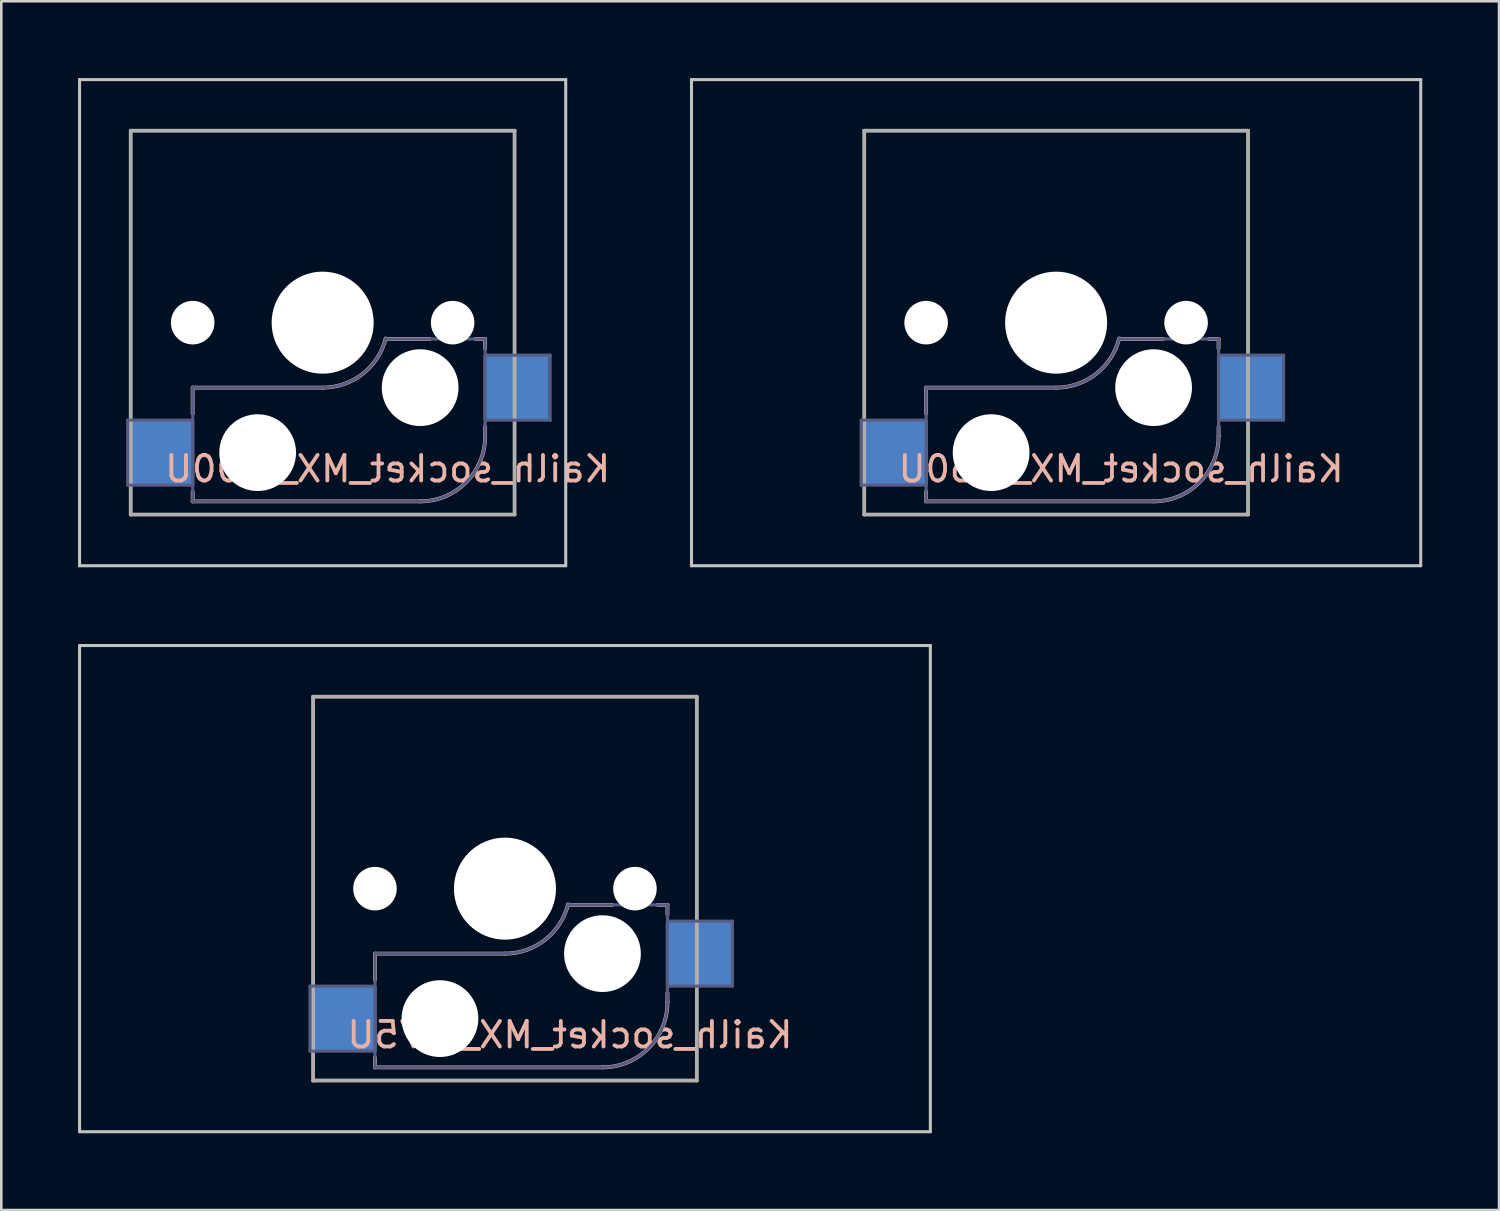
<source format=kicad_pcb>
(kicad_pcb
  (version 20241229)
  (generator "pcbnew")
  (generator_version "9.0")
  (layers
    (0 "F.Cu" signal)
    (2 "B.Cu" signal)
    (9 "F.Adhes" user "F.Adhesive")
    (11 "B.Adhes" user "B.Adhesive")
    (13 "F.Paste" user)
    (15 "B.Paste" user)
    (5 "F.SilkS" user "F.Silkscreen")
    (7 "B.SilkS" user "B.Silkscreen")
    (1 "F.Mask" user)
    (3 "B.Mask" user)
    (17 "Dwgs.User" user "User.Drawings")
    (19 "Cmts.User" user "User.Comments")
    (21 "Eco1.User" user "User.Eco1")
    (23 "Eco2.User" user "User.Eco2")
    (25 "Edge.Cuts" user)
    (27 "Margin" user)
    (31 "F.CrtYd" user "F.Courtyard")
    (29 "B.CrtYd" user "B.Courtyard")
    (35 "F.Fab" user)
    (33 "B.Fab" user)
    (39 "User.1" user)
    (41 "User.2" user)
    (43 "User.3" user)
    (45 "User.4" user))
  (footprint "Kailh_socket_MX_1.00U"
    (layer "F.Cu")
    (at 9.56 9.56)
    (property "Reference" "Kailh_socket_MX_1.00U" (at 2.54 5.715 180) (layer "B.SilkS") (effects (font (size 1 1) (thickness 0.15)) (justify mirror)))
    (attr smd)
    (fp_line (start -5.08 2.54) (end 0 2.54) (stroke (width 0.15) (type solid)) (layer "B.SilkS"))
    (fp_line (start -5.08 3.556) (end -5.08 2.54) (stroke (width 0.15) (type solid)) (layer "B.SilkS"))
    (fp_line (start -5.08 6.985) (end -5.08 6.604) (stroke (width 0.15) (type solid)) (layer "B.SilkS"))
    (fp_line (start 2.464 0.635) (end 4.191 0.635) (stroke (width 0.15) (type solid)) (layer "B.SilkS"))
    (fp_line (start 3.81 6.985) (end -5.08 6.985) (stroke (width 0.15) (type solid)) (layer "B.SilkS"))
    (fp_line (start 5.969 0.635) (end 6.35 0.635) (stroke (width 0.15) (type solid)) (layer "B.SilkS"))
    (fp_line (start 6.35 1.016) (end 6.35 0.635) (stroke (width 0.15) (type solid)) (layer "B.SilkS"))
    (fp_line (start 6.35 4.445) (end 6.35 4.064) (stroke (width 0.15) (type solid)) (layer "B.SilkS"))
    (fp_arc (start 2.464162 0.61604) (mid 1.563147 2.002042) (end 0 2.54) (stroke (width 0.15) (type solid)) (layer "B.SilkS"))
    (fp_arc (start 6.35 4.445) (mid 5.606051 6.241051) (end 3.81 6.985) (stroke (width 0.15) (type solid)) (layer "B.SilkS"))
    (fp_line (start -9.5 -9.5) (end -9.5 9.5) (stroke (width 0.12) (type solid)) (layer "Dwgs.User"))
    (fp_line (start -9.5 -9.5) (end 9.5 -9.5) (stroke (width 0.12) (type solid)) (layer "Dwgs.User"))
    (fp_line (start -9.5 9.5) (end 9.5 9.5) (stroke (width 0.12) (type solid)) (layer "Dwgs.User"))
    (fp_line (start 9.5 -9.5) (end 9.5 9.5) (stroke (width 0.12) (type solid)) (layer "Dwgs.User"))
    (fp_line (start -6.9 6.9) (end -6.9 -6.9) (stroke (width 0.15) (type solid)) (layer "Eco2.User"))
    (fp_line (start -6.9 6.9) (end 6.9 6.9) (stroke (width 0.15) (type solid)) (layer "Eco2.User"))
    (fp_line (start 6.9 -6.9) (end -6.9 -6.9) (stroke (width 0.15) (type solid)) (layer "Eco2.User"))
    (fp_line (start 6.9 -6.9) (end 6.9 6.9) (stroke (width 0.15) (type solid)) (layer "Eco2.User"))
    (fp_line (start -7.62 3.81) (end -5.08 3.81) (stroke (width 0.12) (type solid)) (layer "B.Fab"))
    (fp_line (start -7.62 6.35) (end -7.62 3.81) (stroke (width 0.12) (type solid)) (layer "B.Fab"))
    (fp_line (start -5.08 2.54) (end 0 2.54) (stroke (width 0.12) (type solid)) (layer "B.Fab"))
    (fp_line (start -5.08 6.35) (end -7.62 6.35) (stroke (width 0.12) (type solid)) (layer "B.Fab"))
    (fp_line (start -5.08 6.985) (end -5.08 2.54) (stroke (width 0.12) (type solid)) (layer "B.Fab"))
    (fp_line (start 3.81 6.985) (end -5.08 6.985) (stroke (width 0.12) (type solid)) (layer "B.Fab"))
    (fp_line (start 6.35 0.635) (end 2.54 0.635) (stroke (width 0.12) (type solid)) (layer "B.Fab"))
    (fp_line (start 6.35 0.635) (end 6.35 4.445) (stroke (width 0.12) (type solid)) (layer "B.Fab"))
    (fp_line (start 6.35 1.27) (end 8.89 1.27) (stroke (width 0.12) (type solid)) (layer "B.Fab"))
    (fp_line (start 8.89 1.27) (end 8.89 3.81) (stroke (width 0.12) (type solid)) (layer "B.Fab"))
    (fp_line (start 8.89 3.81) (end 6.35 3.81) (stroke (width 0.12) (type solid)) (layer "B.Fab"))
    (fp_arc (start 2.464162 0.61604) (mid 1.563147 2.002042) (end 0 2.54) (stroke (width 0.12) (type solid)) (layer "B.Fab"))
    (fp_arc (start 6.35 4.445) (mid 5.606051 6.241051) (end 3.81 6.985) (stroke (width 0.12) (type solid)) (layer "B.Fab"))
    (fp_line (start -7.5 -7.5) (end 7.5 -7.5) (stroke (width 0.15) (type solid)) (layer "F.Fab"))
    (fp_line (start -7.5 7.5) (end -7.5 -7.5) (stroke (width 0.15) (type solid)) (layer "F.Fab"))
    (fp_line (start 7.5 -7.5) (end 7.5 7.5) (stroke (width 0.15) (type solid)) (layer "F.Fab"))
    (fp_line (start 7.5 7.5) (end -7.5 7.5) (stroke (width 0.15) (type solid)) (layer "F.Fab"))
    (pad "" np_thru_hole circle (at -5.08 0 180) (size 1.702 1.702) (drill 1.702) (layers "*.Cu" "*.Mask"))
    (pad "" np_thru_hole circle (at -2.54 5.08 180) (size 3 3) (drill 3) (layers "*.Cu" "*.Mask"))
    (pad "" np_thru_hole circle (at 0 0 180) (size 3.988 3.988) (drill 3.988) (layers "*.Cu" "*.Mask"))
    (pad "" np_thru_hole circle (at 3.81 2.54 180) (size 3 3) (drill 3) (layers "*.Cu" "*.Mask"))
    (pad "" np_thru_hole circle (at 5.08 0 180) (size 1.702 1.702) (drill 1.702) (layers "*.Cu" "*.Mask"))
    (pad "1" smd rect (at -6.29 5.08 180) (size 2.55 2.5) (layers "B.Cu" "B.Mask" "B.Paste"))
    (pad "2" smd rect (at 7.56 2.54 180) (size 2.55 2.5) (layers "B.Cu" "B.Mask" "B.Paste")))
  (footprint "Kailh_socket_MX_1.75U"
    (layer "F.Cu")
    (at 16.685 31.68)
    (property "Reference" "Kailh_socket_MX_1.75U" (at 2.54 5.715 180) (layer "B.SilkS") (effects (font (size 1 1) (thickness 0.15)) (justify mirror)))
    (attr smd)
    (fp_line (start -5.08 2.54) (end 0 2.54) (stroke (width 0.15) (type solid)) (layer "B.SilkS"))
    (fp_line (start -5.08 3.556) (end -5.08 2.54) (stroke (width 0.15) (type solid)) (layer "B.SilkS"))
    (fp_line (start -5.08 6.985) (end -5.08 6.604) (stroke (width 0.15) (type solid)) (layer "B.SilkS"))
    (fp_line (start 2.464 0.635) (end 4.191 0.635) (stroke (width 0.15) (type solid)) (layer "B.SilkS"))
    (fp_line (start 3.81 6.985) (end -5.08 6.985) (stroke (width 0.15) (type solid)) (layer "B.SilkS"))
    (fp_line (start 5.969 0.635) (end 6.35 0.635) (stroke (width 0.15) (type solid)) (layer "B.SilkS"))
    (fp_line (start 6.35 1.016) (end 6.35 0.635) (stroke (width 0.15) (type solid)) (layer "B.SilkS"))
    (fp_line (start 6.35 4.445) (end 6.35 4.064) (stroke (width 0.15) (type solid)) (layer "B.SilkS"))
    (fp_arc (start 2.464162 0.61604) (mid 1.563147 2.002042) (end 0 2.54) (stroke (width 0.15) (type solid)) (layer "B.SilkS"))
    (fp_arc (start 6.35 4.445) (mid 5.606051 6.241051) (end 3.81 6.985) (stroke (width 0.15) (type solid)) (layer "B.SilkS"))
    (fp_line (start -16.625 -9.5) (end -16.625 9.5) (stroke (width 0.12) (type solid)) (layer "Dwgs.User"))
    (fp_line (start -16.625 -9.5) (end 16.625 -9.5) (stroke (width 0.12) (type solid)) (layer "Dwgs.User"))
    (fp_line (start -16.625 9.5) (end 16.625 9.5) (stroke (width 0.12) (type solid)) (layer "Dwgs.User"))
    (fp_line (start 16.625 -9.5) (end 16.625 9.5) (stroke (width 0.12) (type solid)) (layer "Dwgs.User"))
    (fp_line (start -6.9 6.9) (end -6.9 -6.9) (stroke (width 0.15) (type solid)) (layer "Eco2.User"))
    (fp_line (start -6.9 6.9) (end 6.9 6.9) (stroke (width 0.15) (type solid)) (layer "Eco2.User"))
    (fp_line (start 6.9 -6.9) (end -6.9 -6.9) (stroke (width 0.15) (type solid)) (layer "Eco2.User"))
    (fp_line (start 6.9 -6.9) (end 6.9 6.9) (stroke (width 0.15) (type solid)) (layer "Eco2.User"))
    (fp_line (start -7.62 3.81) (end -5.08 3.81) (stroke (width 0.12) (type solid)) (layer "B.Fab"))
    (fp_line (start -7.62 6.35) (end -7.62 3.81) (stroke (width 0.12) (type solid)) (layer "B.Fab"))
    (fp_line (start -5.08 2.54) (end 0 2.54) (stroke (width 0.12) (type solid)) (layer "B.Fab"))
    (fp_line (start -5.08 6.35) (end -7.62 6.35) (stroke (width 0.12) (type solid)) (layer "B.Fab"))
    (fp_line (start -5.08 6.985) (end -5.08 2.54) (stroke (width 0.12) (type solid)) (layer "B.Fab"))
    (fp_line (start 3.81 6.985) (end -5.08 6.985) (stroke (width 0.12) (type solid)) (layer "B.Fab"))
    (fp_line (start 6.35 0.635) (end 2.54 0.635) (stroke (width 0.12) (type solid)) (layer "B.Fab"))
    (fp_line (start 6.35 0.635) (end 6.35 4.445) (stroke (width 0.12) (type solid)) (layer "B.Fab"))
    (fp_line (start 6.35 1.27) (end 8.89 1.27) (stroke (width 0.12) (type solid)) (layer "B.Fab"))
    (fp_line (start 8.89 1.27) (end 8.89 3.81) (stroke (width 0.12) (type solid)) (layer "B.Fab"))
    (fp_line (start 8.89 3.81) (end 6.35 3.81) (stroke (width 0.12) (type solid)) (layer "B.Fab"))
    (fp_arc (start 2.464162 0.61604) (mid 1.563147 2.002042) (end 0 2.54) (stroke (width 0.12) (type solid)) (layer "B.Fab"))
    (fp_arc (start 6.35 4.445) (mid 5.606051 6.241051) (end 3.81 6.985) (stroke (width 0.12) (type solid)) (layer "B.Fab"))
    (fp_line (start -7.5 -7.5) (end 7.5 -7.5) (stroke (width 0.15) (type solid)) (layer "F.Fab"))
    (fp_line (start -7.5 7.5) (end -7.5 -7.5) (stroke (width 0.15) (type solid)) (layer "F.Fab"))
    (fp_line (start 7.5 -7.5) (end 7.5 7.5) (stroke (width 0.15) (type solid)) (layer "F.Fab"))
    (fp_line (start 7.5 7.5) (end -7.5 7.5) (stroke (width 0.15) (type solid)) (layer "F.Fab"))
    (pad "" np_thru_hole circle (at -5.08 0 180) (size 1.702 1.702) (drill 1.702) (layers "*.Cu" "*.Mask"))
    (pad "" np_thru_hole circle (at -2.54 5.08 180) (size 3 3) (drill 3) (layers "*.Cu" "*.Mask"))
    (pad "" np_thru_hole circle (at 0 0 180) (size 3.988 3.988) (drill 3.988) (layers "*.Cu" "*.Mask"))
    (pad "" np_thru_hole circle (at 3.81 2.54 180) (size 3 3) (drill 3) (layers "*.Cu" "*.Mask"))
    (pad "" np_thru_hole circle (at 5.08 0 180) (size 1.702 1.702) (drill 1.702) (layers "*.Cu" "*.Mask"))
    (pad "1" smd rect (at -6.29 5.08 180) (size 2.55 2.5) (layers "B.Cu" "B.Mask" "B.Paste"))
    (pad "2" smd rect (at 7.56 2.54 180) (size 2.55 2.5) (layers "B.Cu" "B.Mask" "B.Paste")))
  (footprint "Kailh_socket_MX_1.50U"
    (layer "F.Cu")
    (at 38.225 9.56)
    (property "Reference" "Kailh_socket_MX_1.50U" (at 2.54 5.715 180) (layer "B.SilkS") (effects (font (size 1 1) (thickness 0.15)) (justify mirror)))
    (attr smd)
    (fp_line (start -5.08 2.54) (end 0 2.54) (stroke (width 0.15) (type solid)) (layer "B.SilkS"))
    (fp_line (start -5.08 3.556) (end -5.08 2.54) (stroke (width 0.15) (type solid)) (layer "B.SilkS"))
    (fp_line (start -5.08 6.985) (end -5.08 6.604) (stroke (width 0.15) (type solid)) (layer "B.SilkS"))
    (fp_line (start 2.464 0.635) (end 4.191 0.635) (stroke (width 0.15) (type solid)) (layer "B.SilkS"))
    (fp_line (start 3.81 6.985) (end -5.08 6.985) (stroke (width 0.15) (type solid)) (layer "B.SilkS"))
    (fp_line (start 5.969 0.635) (end 6.35 0.635) (stroke (width 0.15) (type solid)) (layer "B.SilkS"))
    (fp_line (start 6.35 1.016) (end 6.35 0.635) (stroke (width 0.15) (type solid)) (layer "B.SilkS"))
    (fp_line (start 6.35 4.445) (end 6.35 4.064) (stroke (width 0.15) (type solid)) (layer "B.SilkS"))
    (fp_arc (start 2.464162 0.61604) (mid 1.563147 2.002042) (end 0 2.54) (stroke (width 0.15) (type solid)) (layer "B.SilkS"))
    (fp_arc (start 6.35 4.445) (mid 5.606051 6.241051) (end 3.81 6.985) (stroke (width 0.15) (type solid)) (layer "B.SilkS"))
    (fp_line (start -14.25 -9.5) (end -14.25 9.5) (stroke (width 0.12) (type solid)) (layer "Dwgs.User"))
    (fp_line (start -14.25 -9.5) (end 14.25 -9.5) (stroke (width 0.12) (type solid)) (layer "Dwgs.User"))
    (fp_line (start -14.25 9.5) (end 14.25 9.5) (stroke (width 0.12) (type solid)) (layer "Dwgs.User"))
    (fp_line (start 14.25 -9.5) (end 14.25 9.5) (stroke (width 0.12) (type solid)) (layer "Dwgs.User"))
    (fp_line (start -6.9 6.9) (end -6.9 -6.9) (stroke (width 0.15) (type solid)) (layer "Eco2.User"))
    (fp_line (start -6.9 6.9) (end 6.9 6.9) (stroke (width 0.15) (type solid)) (layer "Eco2.User"))
    (fp_line (start 6.9 -6.9) (end -6.9 -6.9) (stroke (width 0.15) (type solid)) (layer "Eco2.User"))
    (fp_line (start 6.9 -6.9) (end 6.9 6.9) (stroke (width 0.15) (type solid)) (layer "Eco2.User"))
    (fp_line (start -7.62 3.81) (end -5.08 3.81) (stroke (width 0.12) (type solid)) (layer "B.Fab"))
    (fp_line (start -7.62 6.35) (end -7.62 3.81) (stroke (width 0.12) (type solid)) (layer "B.Fab"))
    (fp_line (start -5.08 2.54) (end 0 2.54) (stroke (width 0.12) (type solid)) (layer "B.Fab"))
    (fp_line (start -5.08 6.35) (end -7.62 6.35) (stroke (width 0.12) (type solid)) (layer "B.Fab"))
    (fp_line (start -5.08 6.985) (end -5.08 2.54) (stroke (width 0.12) (type solid)) (layer "B.Fab"))
    (fp_line (start 3.81 6.985) (end -5.08 6.985) (stroke (width 0.12) (type solid)) (layer "B.Fab"))
    (fp_line (start 6.35 0.635) (end 2.54 0.635) (stroke (width 0.12) (type solid)) (layer "B.Fab"))
    (fp_line (start 6.35 0.635) (end 6.35 4.445) (stroke (width 0.12) (type solid)) (layer "B.Fab"))
    (fp_line (start 6.35 1.27) (end 8.89 1.27) (stroke (width 0.12) (type solid)) (layer "B.Fab"))
    (fp_line (start 8.89 1.27) (end 8.89 3.81) (stroke (width 0.12) (type solid)) (layer "B.Fab"))
    (fp_line (start 8.89 3.81) (end 6.35 3.81) (stroke (width 0.12) (type solid)) (layer "B.Fab"))
    (fp_arc (start 2.464162 0.61604) (mid 1.563147 2.002042) (end 0 2.54) (stroke (width 0.12) (type solid)) (layer "B.Fab"))
    (fp_arc (start 6.35 4.445) (mid 5.606051 6.241051) (end 3.81 6.985) (stroke (width 0.12) (type solid)) (layer "B.Fab"))
    (fp_line (start -7.5 -7.5) (end 7.5 -7.5) (stroke (width 0.15) (type solid)) (layer "F.Fab"))
    (fp_line (start -7.5 7.5) (end -7.5 -7.5) (stroke (width 0.15) (type solid)) (layer "F.Fab"))
    (fp_line (start 7.5 -7.5) (end 7.5 7.5) (stroke (width 0.15) (type solid)) (layer "F.Fab"))
    (fp_line (start 7.5 7.5) (end -7.5 7.5) (stroke (width 0.15) (type solid)) (layer "F.Fab"))
    (pad "" np_thru_hole circle (at -5.08 0 180) (size 1.702 1.702) (drill 1.702) (layers "*.Cu" "*.Mask"))
    (pad "" np_thru_hole circle (at -2.54 5.08 180) (size 3 3) (drill 3) (layers "*.Cu" "*.Mask"))
    (pad "" np_thru_hole circle (at 0 0 180) (size 3.988 3.988) (drill 3.988) (layers "*.Cu" "*.Mask"))
    (pad "" np_thru_hole circle (at 3.81 2.54 180) (size 3 3) (drill 3) (layers "*.Cu" "*.Mask"))
    (pad "" np_thru_hole circle (at 5.08 0 180) (size 1.702 1.702) (drill 1.702) (layers "*.Cu" "*.Mask"))
    (pad "1" smd rect (at -6.29 5.08 180) (size 2.55 2.5) (layers "B.Cu" "B.Mask" "B.Paste"))
    (pad "2" smd rect (at 7.56 2.54 180) (size 2.55 2.5) (layers "B.Cu" "B.Mask" "B.Paste")))
  (gr_rect
    (start -3 -3)
    (end 55.535 44.24)
    (stroke (width 0.1) (type default))
    (fill no)
    (layer "Edge.Cuts")))
</source>
